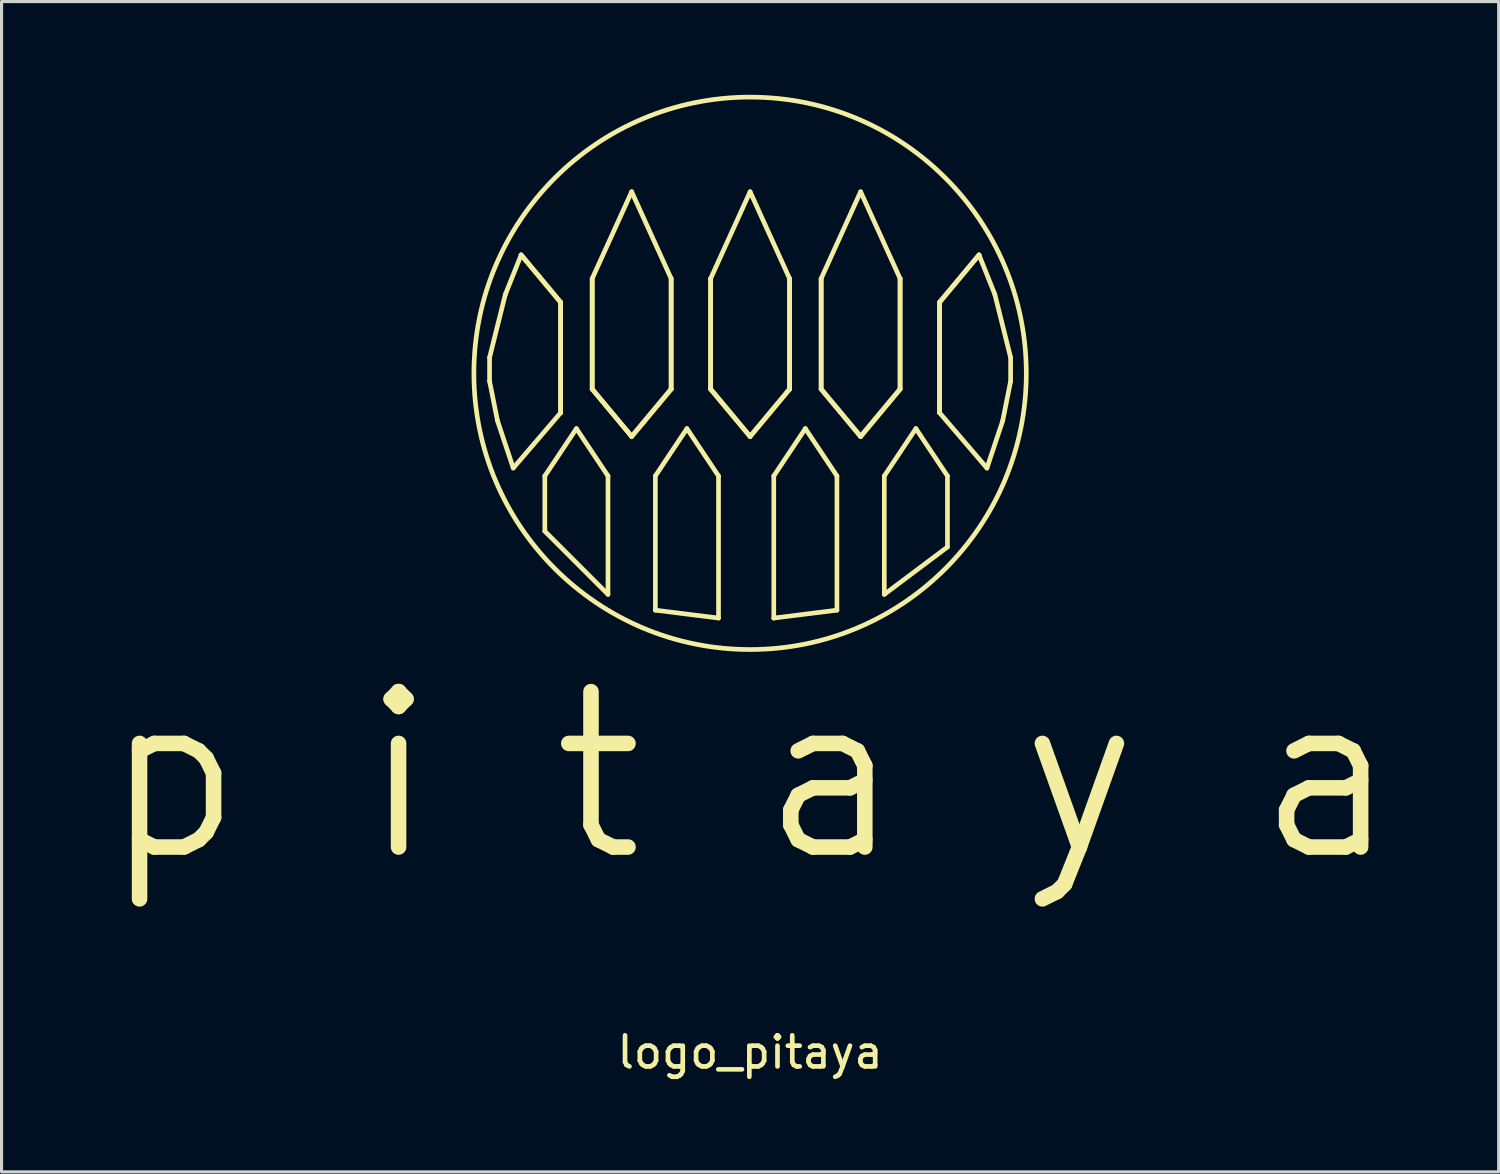
<source format=kicad_pcb>
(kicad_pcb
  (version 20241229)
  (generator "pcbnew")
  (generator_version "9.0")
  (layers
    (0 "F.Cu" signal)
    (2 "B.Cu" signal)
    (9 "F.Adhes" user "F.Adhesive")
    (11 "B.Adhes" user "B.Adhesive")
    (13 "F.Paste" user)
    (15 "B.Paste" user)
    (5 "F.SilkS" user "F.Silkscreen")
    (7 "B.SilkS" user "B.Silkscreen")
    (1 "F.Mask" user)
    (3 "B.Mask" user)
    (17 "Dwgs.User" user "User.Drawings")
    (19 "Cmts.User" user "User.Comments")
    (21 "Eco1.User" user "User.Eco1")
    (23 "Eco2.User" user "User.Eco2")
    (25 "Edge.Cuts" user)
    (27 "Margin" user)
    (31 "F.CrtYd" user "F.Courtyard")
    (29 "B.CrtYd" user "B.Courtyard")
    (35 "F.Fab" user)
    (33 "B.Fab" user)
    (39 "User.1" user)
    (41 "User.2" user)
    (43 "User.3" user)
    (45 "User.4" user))
  (footprint "logo_pitaya"
    (layer "F.Cu")
    (at 21.083 7.945)
    (property "Reference" "logo_pitaya" (at 0 22.86 0) (layer "F.SilkS") (effects (font (size 1 1) (thickness 0.15))))
    (attr through_hole)
    (fp_line (start -8.382 0.508) (end -8.382 1.27) (stroke (width 0.15) (type solid)) (layer "F.SilkS"))
    (fp_line (start -8.382 1.27) (end -8.128 2.54) (stroke (width 0.15) (type solid)) (layer "F.SilkS"))
    (fp_line (start -8.128 2.54) (end -7.62 4.064) (stroke (width 0.15) (type solid)) (layer "F.SilkS"))
    (fp_line (start -7.874 -1.524) (end -8.382 0.508) (stroke (width 0.15) (type solid)) (layer "F.SilkS"))
    (fp_line (start -7.62 4.064) (end -6.096 2.286) (stroke (width 0.15) (type solid)) (layer "F.SilkS"))
    (fp_line (start -7.366 -2.794) (end -7.874 -1.524) (stroke (width 0.15) (type solid)) (layer "F.SilkS"))
    (fp_line (start -6.604 4.318) (end -6.604 6.096) (stroke (width 0.15) (type solid)) (layer "F.SilkS"))
    (fp_line (start -6.604 6.096) (end -4.572 8.128) (stroke (width 0.15) (type solid)) (layer "F.SilkS"))
    (fp_line (start -6.096 -1.27) (end -7.366 -2.794) (stroke (width 0.15) (type solid)) (layer "F.SilkS"))
    (fp_line (start -6.096 -1.27) (end -7.366 -2.794) (stroke (width 0.15) (type solid)) (layer "F.SilkS"))
    (fp_line (start -6.096 2.286) (end -6.096 -1.27) (stroke (width 0.15) (type solid)) (layer "F.SilkS"))
    (fp_line (start -6.096 2.286) (end -6.096 -1.27) (stroke (width 0.15) (type solid)) (layer "F.SilkS"))
    (fp_line (start -5.588 2.794) (end -6.604 4.318) (stroke (width 0.15) (type solid)) (layer "F.SilkS"))
    (fp_line (start -5.08 -2.032) (end -3.81 -4.826) (stroke (width 0.15) (type solid)) (layer "F.SilkS"))
    (fp_line (start -5.08 1.524) (end -5.08 -2.032) (stroke (width 0.15) (type solid)) (layer "F.SilkS"))
    (fp_line (start -5.08 1.524) (end -5.08 -2.032) (stroke (width 0.15) (type solid)) (layer "F.SilkS"))
    (fp_line (start -4.572 4.318) (end -5.588 2.794) (stroke (width 0.15) (type solid)) (layer "F.SilkS"))
    (fp_line (start -4.572 8.128) (end -4.572 4.318) (stroke (width 0.15) (type solid)) (layer "F.SilkS"))
    (fp_line (start -3.81 -4.826) (end -2.54 -2.032) (stroke (width 0.15) (type solid)) (layer "F.SilkS"))
    (fp_line (start -3.81 3.048) (end -5.08 1.524) (stroke (width 0.15) (type solid)) (layer "F.SilkS"))
    (fp_line (start -3.81 3.048) (end -5.08 1.524) (stroke (width 0.15) (type solid)) (layer "F.SilkS"))
    (fp_line (start -3.048 4.318) (end -3.048 8.636) (stroke (width 0.15) (type solid)) (layer "F.SilkS"))
    (fp_line (start -3.048 8.636) (end -1.016 8.89) (stroke (width 0.15) (type solid)) (layer "F.SilkS"))
    (fp_line (start -2.54 -2.032) (end -2.54 1.524) (stroke (width 0.15) (type solid)) (layer "F.SilkS"))
    (fp_line (start -2.54 -2.032) (end -2.54 1.524) (stroke (width 0.15) (type solid)) (layer "F.SilkS"))
    (fp_line (start -2.54 1.524) (end -3.81 3.048) (stroke (width 0.15) (type solid)) (layer "F.SilkS"))
    (fp_line (start -2.54 1.524) (end -3.81 3.048) (stroke (width 0.15) (type solid)) (layer "F.SilkS"))
    (fp_line (start -2.032 2.794) (end -3.048 4.318) (stroke (width 0.15) (type solid)) (layer "F.SilkS"))
    (fp_line (start -1.27 -2.032) (end 0 -4.826) (stroke (width 0.15) (type solid)) (layer "F.SilkS"))
    (fp_line (start -1.27 1.524) (end -1.27 -2.032) (stroke (width 0.15) (type solid)) (layer "F.SilkS"))
    (fp_line (start -1.27 1.524) (end -1.27 -2.032) (stroke (width 0.15) (type solid)) (layer "F.SilkS"))
    (fp_line (start -1.016 4.318) (end -2.032 2.794) (stroke (width 0.15) (type solid)) (layer "F.SilkS"))
    (fp_line (start -1.016 8.89) (end -1.016 4.318) (stroke (width 0.15) (type solid)) (layer "F.SilkS"))
    (fp_line (start 0 -4.826) (end 1.27 -2.032) (stroke (width 0.15) (type solid)) (layer "F.SilkS"))
    (fp_line (start 0 3.048) (end -1.27 1.524) (stroke (width 0.15) (type solid)) (layer "F.SilkS"))
    (fp_line (start 0 3.048) (end -1.27 1.524) (stroke (width 0.15) (type solid)) (layer "F.SilkS"))
    (fp_line (start 0.762 4.318) (end 1.778 2.794) (stroke (width 0.15) (type solid)) (layer "F.SilkS"))
    (fp_line (start 0.762 8.89) (end 0.762 4.318) (stroke (width 0.15) (type solid)) (layer "F.SilkS"))
    (fp_line (start 1.27 -2.032) (end 1.27 1.524) (stroke (width 0.15) (type solid)) (layer "F.SilkS"))
    (fp_line (start 1.27 -2.032) (end 1.27 1.524) (stroke (width 0.15) (type solid)) (layer "F.SilkS"))
    (fp_line (start 1.27 1.524) (end 0 3.048) (stroke (width 0.15) (type solid)) (layer "F.SilkS"))
    (fp_line (start 1.27 1.524) (end 0 3.048) (stroke (width 0.15) (type solid)) (layer "F.SilkS"))
    (fp_line (start 1.778 2.794) (end 2.794 4.318) (stroke (width 0.15) (type solid)) (layer "F.SilkS"))
    (fp_line (start 2.286 -2.032) (end 3.556 -4.826) (stroke (width 0.15) (type solid)) (layer "F.SilkS"))
    (fp_line (start 2.286 1.524) (end 2.286 -2.032) (stroke (width 0.15) (type solid)) (layer "F.SilkS"))
    (fp_line (start 2.286 1.524) (end 2.286 -2.032) (stroke (width 0.15) (type solid)) (layer "F.SilkS"))
    (fp_line (start 2.794 4.318) (end 2.794 8.636) (stroke (width 0.15) (type solid)) (layer "F.SilkS"))
    (fp_line (start 2.794 8.636) (end 0.762 8.89) (stroke (width 0.15) (type solid)) (layer "F.SilkS"))
    (fp_line (start 3.556 -4.826) (end 4.826 -2.032) (stroke (width 0.15) (type solid)) (layer "F.SilkS"))
    (fp_line (start 3.556 3.048) (end 2.286 1.524) (stroke (width 0.15) (type solid)) (layer "F.SilkS"))
    (fp_line (start 3.556 3.048) (end 2.286 1.524) (stroke (width 0.15) (type solid)) (layer "F.SilkS"))
    (fp_line (start 4.318 4.318) (end 4.318 8.128) (stroke (width 0.15) (type solid)) (layer "F.SilkS"))
    (fp_line (start 4.318 4.318) (end 5.334 2.794) (stroke (width 0.15) (type solid)) (layer "F.SilkS"))
    (fp_line (start 4.318 8.128) (end 6.35 6.604) (stroke (width 0.15) (type solid)) (layer "F.SilkS"))
    (fp_line (start 4.826 -2.032) (end 4.826 1.524) (stroke (width 0.15) (type solid)) (layer "F.SilkS"))
    (fp_line (start 4.826 -2.032) (end 4.826 1.524) (stroke (width 0.15) (type solid)) (layer "F.SilkS"))
    (fp_line (start 4.826 1.524) (end 3.556 3.048) (stroke (width 0.15) (type solid)) (layer "F.SilkS"))
    (fp_line (start 4.826 1.524) (end 3.556 3.048) (stroke (width 0.15) (type solid)) (layer "F.SilkS"))
    (fp_line (start 5.334 2.794) (end 6.35 4.318) (stroke (width 0.15) (type solid)) (layer "F.SilkS"))
    (fp_line (start 6.096 -1.27) (end 7.366 -2.794) (stroke (width 0.15) (type solid)) (layer "F.SilkS"))
    (fp_line (start 6.096 -1.27) (end 7.366 -2.794) (stroke (width 0.15) (type solid)) (layer "F.SilkS"))
    (fp_line (start 6.096 2.286) (end 6.096 -1.27) (stroke (width 0.15) (type solid)) (layer "F.SilkS"))
    (fp_line (start 6.096 2.286) (end 6.096 -1.27) (stroke (width 0.15) (type solid)) (layer "F.SilkS"))
    (fp_line (start 6.35 6.604) (end 6.35 4.318) (stroke (width 0.15) (type solid)) (layer "F.SilkS"))
    (fp_line (start 7.366 -2.794) (end 7.874 -1.524) (stroke (width 0.15) (type solid)) (layer "F.SilkS"))
    (fp_line (start 7.62 4.064) (end 6.096 2.286) (stroke (width 0.15) (type solid)) (layer "F.SilkS"))
    (fp_line (start 7.874 -1.524) (end 8.382 0.508) (stroke (width 0.15) (type solid)) (layer "F.SilkS"))
    (fp_line (start 8.128 2.54) (end 7.62 4.064) (stroke (width 0.15) (type solid)) (layer "F.SilkS"))
    (fp_line (start 8.382 0.508) (end 8.382 1.27) (stroke (width 0.15) (type solid)) (layer "F.SilkS"))
    (fp_line (start 8.382 1.27) (end 8.128 2.54) (stroke (width 0.15) (type solid)) (layer "F.SilkS"))
    (fp_circle (center 0 1.016) (end 4.572 8.636) (stroke (width 0.15) (type solid)) (fill no) (layer "F.SilkS"))
    (fp_text user "p i t a y a" (at 0 13.97 0) (layer "F.SilkS") (effects (font (size 5 5) (thickness 0.5)))))
  (gr_rect
    (start -3 -3)
    (end 45.167 34.654)
    (stroke (width 0.1) (type default))
    (fill no)
    (layer "Edge.Cuts")))
</source>
